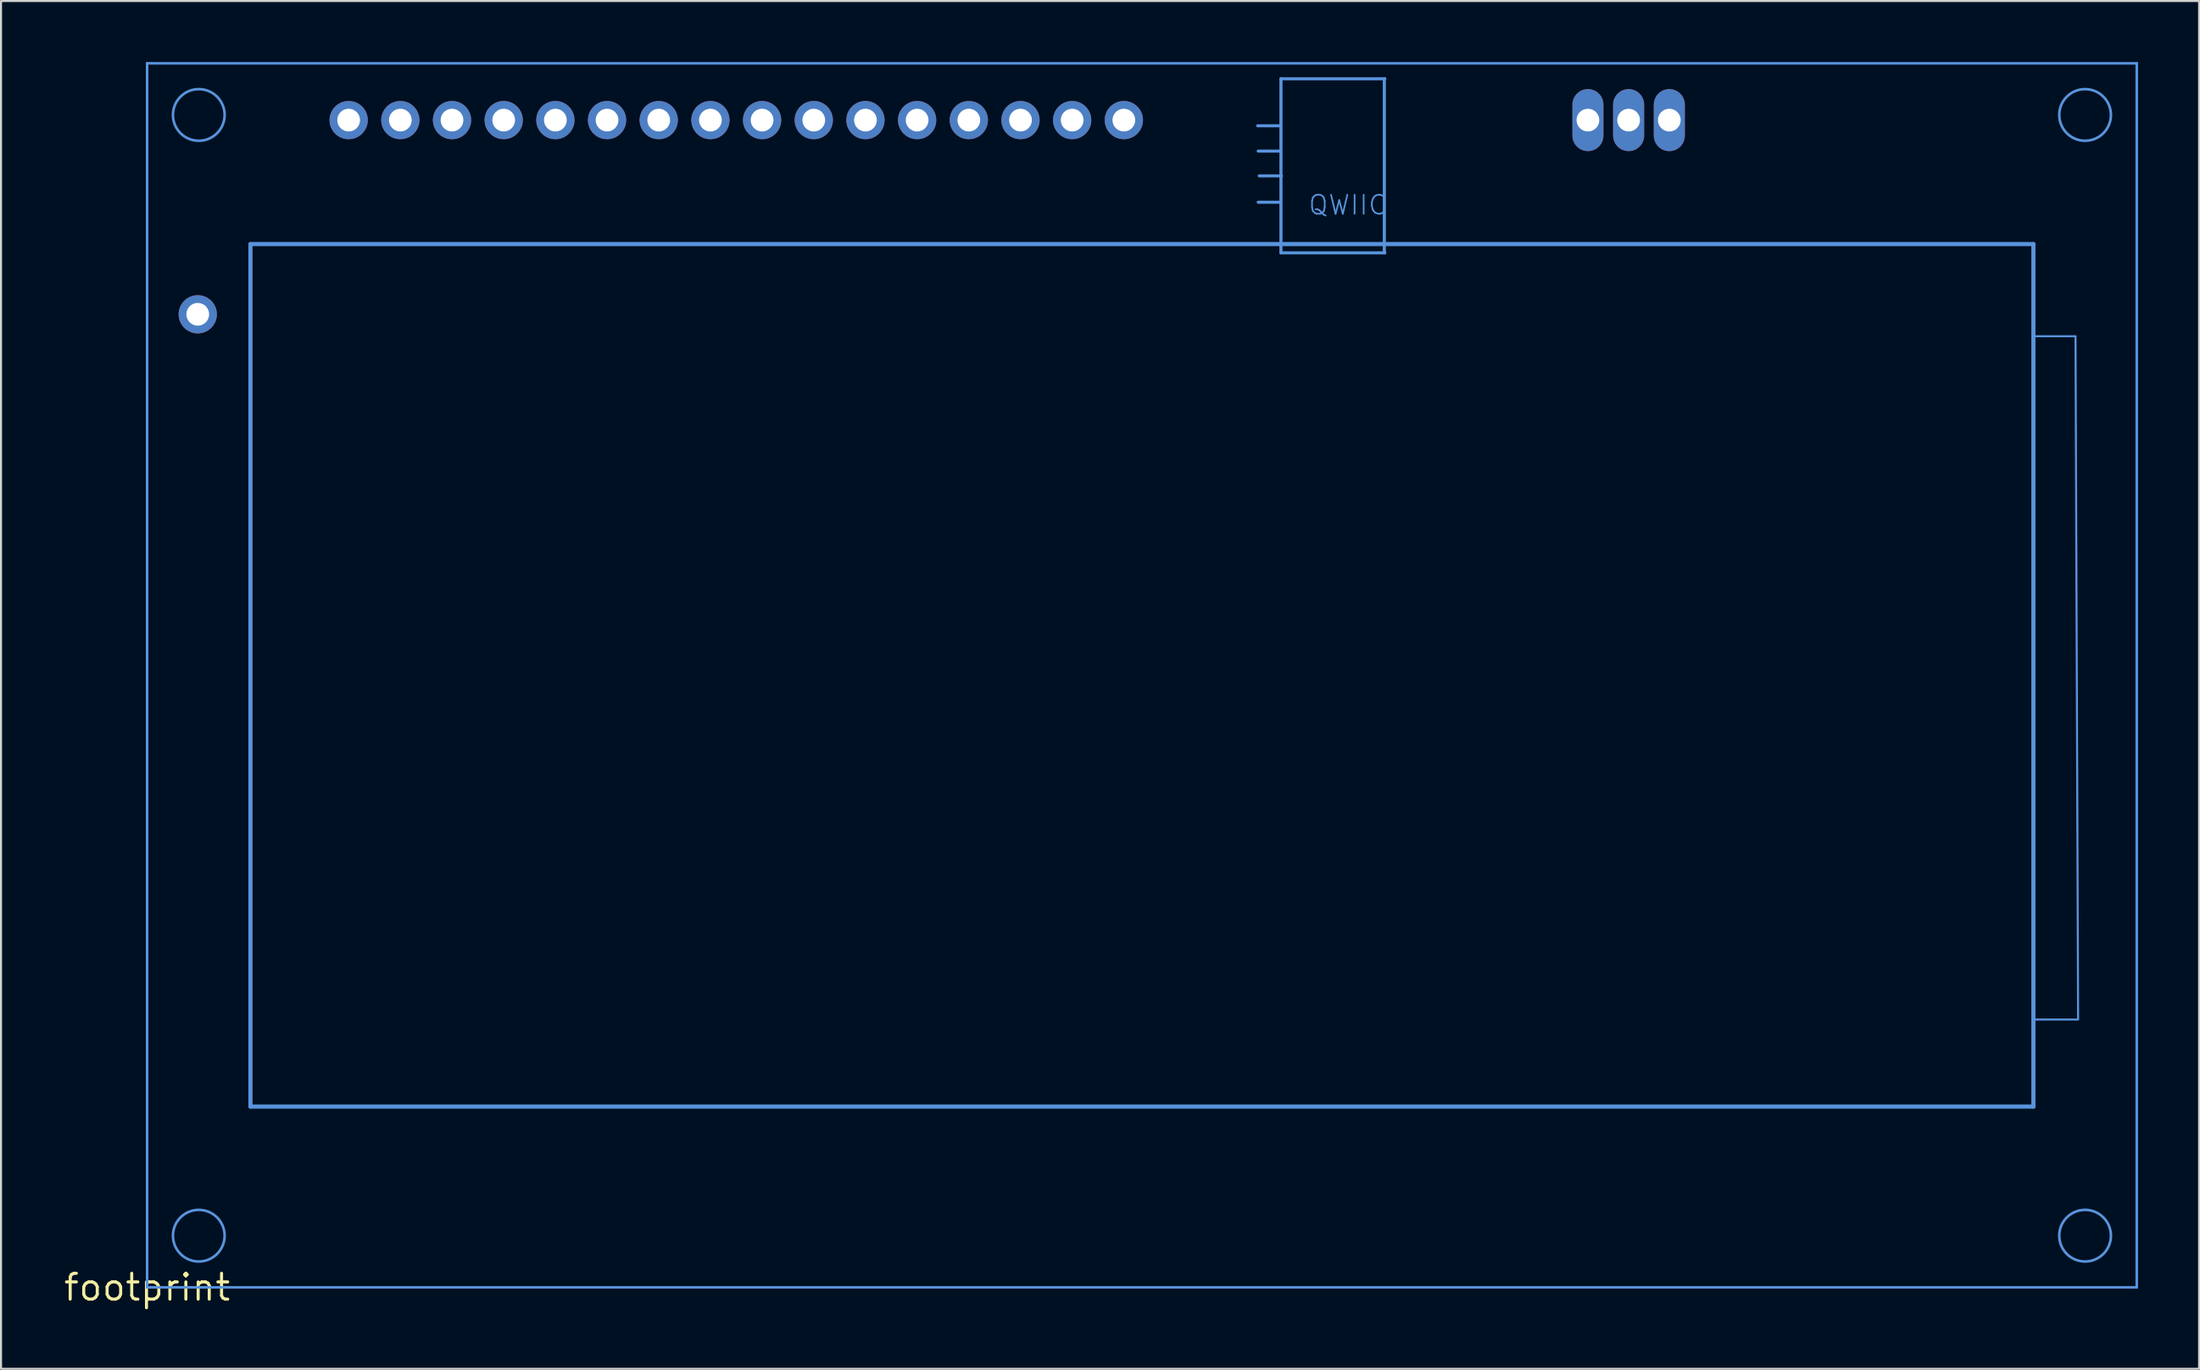
<source format=kicad_pcb>
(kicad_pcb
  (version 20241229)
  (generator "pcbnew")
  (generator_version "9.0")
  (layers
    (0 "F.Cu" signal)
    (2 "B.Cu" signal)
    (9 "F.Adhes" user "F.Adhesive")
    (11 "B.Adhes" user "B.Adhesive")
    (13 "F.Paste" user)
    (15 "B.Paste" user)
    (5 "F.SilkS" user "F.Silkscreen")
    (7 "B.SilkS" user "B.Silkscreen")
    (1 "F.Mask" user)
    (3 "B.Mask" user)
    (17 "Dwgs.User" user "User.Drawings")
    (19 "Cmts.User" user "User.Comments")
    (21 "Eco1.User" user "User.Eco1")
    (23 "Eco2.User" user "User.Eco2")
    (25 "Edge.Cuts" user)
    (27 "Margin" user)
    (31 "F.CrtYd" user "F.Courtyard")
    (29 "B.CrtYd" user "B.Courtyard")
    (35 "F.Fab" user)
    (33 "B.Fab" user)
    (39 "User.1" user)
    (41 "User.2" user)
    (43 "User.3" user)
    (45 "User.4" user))
  (footprint "footprint"
    (layer "F.Cu")
    (at 4.18 60.261)
    (property "Reference" "footprint" (at 0 0 0) (layer "F.SilkS") (effects (font (size 1.27 1.27) (thickness 0.15))))
    (fp_line (start 0 -60.198) (end 0 0) (stroke (width 0.127) (type solid)) (layer "Cmts.User"))
    (fp_line (start 0 0) (end 97.79 0) (stroke (width 0.127) (type solid)) (layer "Cmts.User"))
    (fp_line (start 5.08 -51.308) (end 5.08 -8.89) (stroke (width 0.203) (type solid)) (layer "Cmts.User"))
    (fp_line (start 5.08 -8.89) (end 92.71 -8.89) (stroke (width 0.203) (type solid)) (layer "Cmts.User"))
    (fp_line (start 55.677 -57.125) (end 54.585 -57.125) (stroke (width 0.152) (type solid)) (layer "Cmts.User"))
    (fp_line (start 55.702 -55.88) (end 54.61 -55.88) (stroke (width 0.152) (type solid)) (layer "Cmts.User"))
    (fp_line (start 55.702 -53.365) (end 54.61 -53.365) (stroke (width 0.152) (type solid)) (layer "Cmts.User"))
    (fp_line (start 55.728 -59.436) (end 60.808 -59.436) (stroke (width 0.152) (type solid)) (layer "Cmts.User"))
    (fp_line (start 55.728 -50.876) (end 55.728 -59.436) (stroke (width 0.152) (type solid)) (layer "Cmts.User"))
    (fp_line (start 55.753 -54.661) (end 54.661 -54.661) (stroke (width 0.152) (type solid)) (layer "Cmts.User"))
    (fp_line (start 60.808 -59.436) (end 60.833 -59.436) (stroke (width 0.152) (type solid)) (layer "Cmts.User"))
    (fp_line (start 60.808 -50.876) (end 55.728 -50.876) (stroke (width 0.152) (type solid)) (layer "Cmts.User"))
    (fp_line (start 60.808 -50.876) (end 60.808 -59.436) (stroke (width 0.152) (type solid)) (layer "Cmts.User"))
    (fp_line (start 60.833 -50.876) (end 60.808 -50.876) (stroke (width 0.152) (type solid)) (layer "Cmts.User"))
    (fp_line (start 92.71 -51.308) (end 5.08 -51.308) (stroke (width 0.203) (type solid)) (layer "Cmts.User"))
    (fp_line (start 92.71 -8.89) (end 92.71 -51.308) (stroke (width 0.203) (type solid)) (layer "Cmts.User"))
    (fp_line (start 97.79 -60.198) (end 0 -60.198) (stroke (width 0.127) (type solid)) (layer "Cmts.User"))
    (fp_line (start 97.79 0) (end 97.79 -60.198) (stroke (width 0.127) (type solid)) (layer "Cmts.User"))
    (fp_circle (center 2.54 -57.658) (end 3.81 -57.658) (stroke (width 0.127) (type solid)) (fill no) (layer "Cmts.User"))
    (fp_circle (center 2.54 -2.54) (end 3.81 -2.54) (stroke (width 0.127) (type solid)) (fill no) (layer "Cmts.User"))
    (fp_circle (center 95.25 -57.658) (end 96.52 -57.658) (stroke (width 0.127) (type solid)) (fill no) (layer "Cmts.User"))
    (fp_circle (center 95.25 -2.54) (end 96.52 -2.54) (stroke (width 0.127) (type solid)) (fill no) (layer "Cmts.User"))
    (fp_poly (pts (xy 94.907 -13.17) (xy 92.672 -13.17) (xy 92.672 -46.774) (xy 94.78 -46.774)) (stroke (width 0.1) (type solid)) (fill no) (layer "Cmts.User"))
    (fp_text user "QWIIC" (at 57.023 -52.68 0) (layer "Cmts.User") (effects (font (size 0.935 0.935) (thickness 0.081)) (justify left bottom)))
    (pad "P$1" thru_hole circle (at 9.906 -57.404 90) (size 1.88 1.88) (drill 1.118) (layers "*.Cu" "*.Mask"))
    (pad "P$2" thru_hole circle (at 12.446 -57.404 90) (size 1.88 1.88) (drill 1.118) (layers "*.Cu" "*.Mask"))
    (pad "P$3" thru_hole circle (at 14.986 -57.404 90) (size 1.88 1.88) (drill 1.118) (layers "*.Cu" "*.Mask"))
    (pad "P$4" thru_hole circle (at 17.526 -57.404 90) (size 1.88 1.88) (drill 1.118) (layers "*.Cu" "*.Mask"))
    (pad "P$5" thru_hole circle (at 20.066 -57.404 90) (size 1.88 1.88) (drill 1.118) (layers "*.Cu" "*.Mask"))
    (pad "P$6" thru_hole circle (at 22.606 -57.404 90) (size 1.88 1.88) (drill 1.118) (layers "*.Cu" "*.Mask"))
    (pad "P$7" thru_hole circle (at 25.146 -57.404 90) (size 1.88 1.88) (drill 1.118) (layers "*.Cu" "*.Mask"))
    (pad "P$8" thru_hole circle (at 27.686 -57.404 90) (size 1.88 1.88) (drill 1.118) (layers "*.Cu" "*.Mask"))
    (pad "P$9" thru_hole circle (at 30.226 -57.404 90) (size 1.88 1.88) (drill 1.118) (layers "*.Cu" "*.Mask"))
    (pad "P$10" thru_hole circle (at 32.766 -57.404 90) (size 1.88 1.88) (drill 1.118) (layers "*.Cu" "*.Mask"))
    (pad "P$11" thru_hole circle (at 35.306 -57.404 90) (size 1.88 1.88) (drill 1.118) (layers "*.Cu" "*.Mask"))
    (pad "P$12" thru_hole circle (at 37.846 -57.404 90) (size 1.88 1.88) (drill 1.118) (layers "*.Cu" "*.Mask"))
    (pad "P$13" thru_hole circle (at 40.386 -57.404 90) (size 1.88 1.88) (drill 1.118) (layers "*.Cu" "*.Mask"))
    (pad "P$14" thru_hole circle (at 42.926 -57.404 90) (size 1.88 1.88) (drill 1.118) (layers "*.Cu" "*.Mask"))
    (pad "P$15" thru_hole circle (at 45.466 -57.404 90) (size 1.88 1.88) (drill 1.118) (layers "*.Cu" "*.Mask"))
    (pad "P$16" thru_hole circle (at 48.006 -57.404 90) (size 1.88 1.88) (drill 1.118) (layers "*.Cu" "*.Mask"))
    (pad "P$17" thru_hole oval (at 70.815 -57.404 90) (size 3.048 1.524) (drill 1.118) (layers "*.Cu" "*.Mask"))
    (pad "P$18" thru_hole oval (at 72.815 -57.404 90) (size 3.048 1.524) (drill 1.118) (layers "*.Cu" "*.Mask"))
    (pad "P$19" thru_hole oval (at 74.815 -57.404 90) (size 3.048 1.524) (drill 1.118) (layers "*.Cu" "*.Mask"))
    (pad "P$20" thru_hole circle (at 2.489 -47.854 180) (size 1.88 1.88) (drill 1.118) (layers "*.Cu" "*.Mask")))
  (gr_rect
    (start -3 -3)
    (end 105.034 64.268)
    (stroke (width 0.1) (type default))
    (fill no)
    (layer "Edge.Cuts")))
</source>
